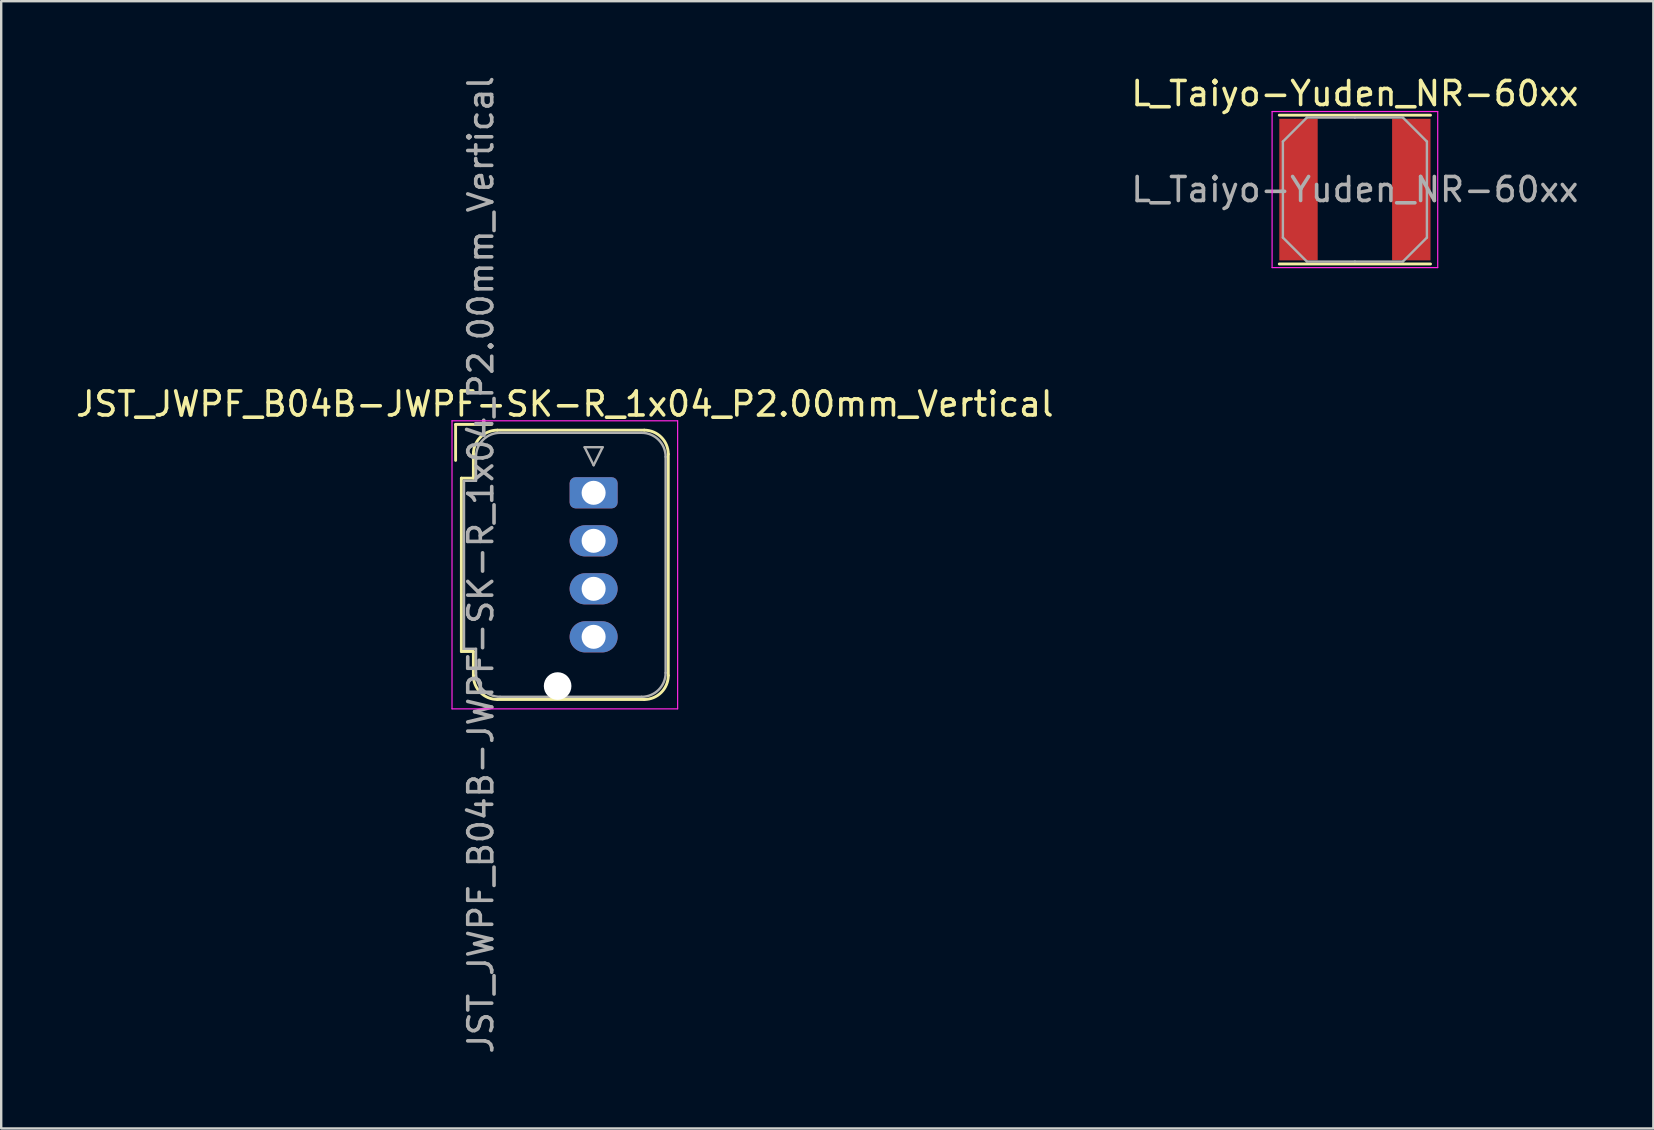
<source format=kicad_pcb>
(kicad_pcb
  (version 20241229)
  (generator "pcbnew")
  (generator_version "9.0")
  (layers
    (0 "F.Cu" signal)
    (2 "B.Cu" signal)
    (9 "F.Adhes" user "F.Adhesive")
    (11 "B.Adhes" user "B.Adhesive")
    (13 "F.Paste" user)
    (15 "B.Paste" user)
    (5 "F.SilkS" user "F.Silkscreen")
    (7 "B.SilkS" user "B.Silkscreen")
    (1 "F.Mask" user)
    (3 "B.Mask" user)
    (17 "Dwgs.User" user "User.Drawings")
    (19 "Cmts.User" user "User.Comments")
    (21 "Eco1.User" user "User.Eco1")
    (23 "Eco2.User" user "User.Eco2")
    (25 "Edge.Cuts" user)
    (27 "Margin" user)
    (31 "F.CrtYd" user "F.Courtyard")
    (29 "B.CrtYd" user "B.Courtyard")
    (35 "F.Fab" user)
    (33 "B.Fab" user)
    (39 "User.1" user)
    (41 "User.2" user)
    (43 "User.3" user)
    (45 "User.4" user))
  (footprint "JST_JWPF_B04B-JWPF-SK-R_1x04_P2.00mm_Vertical"
    (layer "F.Cu")
    (at 21.682 17.482)
    (property "Reference" "JST_JWPF_B04B-JWPF-SK-R_1x04_P2.00mm_Vertical" (at -1.2 -3.7 0) (layer "F.SilkS") (effects (font (size 1 1) (thickness 0.15))))
    (attr through_hole)
    (fp_line (start -5.75 -2.85) (end -4.25 -2.85) (stroke (width 0.12) (type solid)) (layer "F.SilkS"))
    (fp_line (start -5.75 -1.35) (end -5.75 -2.85) (stroke (width 0.12) (type solid)) (layer "F.SilkS"))
    (fp_line (start -5.51 -0.61) (end -5.51 6.61) (stroke (width 0.12) (type solid)) (layer "F.SilkS"))
    (fp_line (start -5.51 6.61) (end -5.01 6.61) (stroke (width 0.12) (type solid)) (layer "F.SilkS"))
    (fp_line (start -5.01 -1.61) (end -5.01 -0.61) (stroke (width 0.12) (type solid)) (layer "F.SilkS"))
    (fp_line (start -5.01 -0.61) (end -5.51 -0.61) (stroke (width 0.12) (type solid)) (layer "F.SilkS"))
    (fp_line (start -5.01 6.61) (end -5.01 7.61) (stroke (width 0.12) (type solid)) (layer "F.SilkS"))
    (fp_line (start -4.01 -2.61) (end 2.11 -2.61) (stroke (width 0.12) (type solid)) (layer "F.SilkS"))
    (fp_line (start -4.01 8.61) (end 2.11 8.61) (stroke (width 0.12) (type solid)) (layer "F.SilkS"))
    (fp_line (start 3.11 -1.61) (end 3.11 7.61) (stroke (width 0.12) (type solid)) (layer "F.SilkS"))
    (fp_arc (start -5.01 -1.61) (mid -4.717107 -2.317107) (end -4.01 -2.61) (stroke (width 0.12) (type solid)) (layer "F.SilkS"))
    (fp_arc (start -4.01 8.61) (mid -4.717107 8.317107) (end -5.01 7.61) (stroke (width 0.12) (type solid)) (layer "F.SilkS"))
    (fp_arc (start 2.11 -2.61) (mid 2.817107 -2.317107) (end 3.11 -1.61) (stroke (width 0.12) (type solid)) (layer "F.SilkS"))
    (fp_arc (start 3.11 7.61) (mid 2.817107 8.317107) (end 2.11 8.61) (stroke (width 0.12) (type solid)) (layer "F.SilkS"))
    (fp_line (start -5.9 -3) (end -5.9 9) (stroke (width 0.05) (type solid)) (layer "F.CrtYd"))
    (fp_line (start -5.9 9) (end 3.5 9) (stroke (width 0.05) (type solid)) (layer "F.CrtYd"))
    (fp_line (start 3.5 -3) (end -5.9 -3) (stroke (width 0.05) (type solid)) (layer "F.CrtYd"))
    (fp_line (start 3.5 9) (end 3.5 -3) (stroke (width 0.05) (type solid)) (layer "F.CrtYd"))
    (fp_line (start -5.4 -0.5) (end -5.4 6.5) (stroke (width 0.1) (type solid)) (layer "F.Fab"))
    (fp_line (start -5.4 6.5) (end -4.9 6.5) (stroke (width 0.1) (type solid)) (layer "F.Fab"))
    (fp_line (start -4.9 -1.5) (end -4.9 -0.5) (stroke (width 0.1) (type solid)) (layer "F.Fab"))
    (fp_line (start -4.9 -0.5) (end -5.4 -0.5) (stroke (width 0.1) (type solid)) (layer "F.Fab"))
    (fp_line (start -4.9 6.5) (end -4.9 7.5) (stroke (width 0.1) (type solid)) (layer "F.Fab"))
    (fp_line (start -3.9 -2.5) (end 2 -2.5) (stroke (width 0.1) (type solid)) (layer "F.Fab"))
    (fp_line (start -3.9 8.5) (end 2 8.5) (stroke (width 0.1) (type solid)) (layer "F.Fab"))
    (fp_line (start -0.375 -1.9) (end 0.375 -1.9) (stroke (width 0.1) (type solid)) (layer "F.Fab"))
    (fp_line (start 0 -1.15) (end -0.375 -1.9) (stroke (width 0.1) (type solid)) (layer "F.Fab"))
    (fp_line (start 0.375 -1.9) (end 0 -1.15) (stroke (width 0.1) (type solid)) (layer "F.Fab"))
    (fp_line (start 3 -1.5) (end 3 7.5) (stroke (width 0.1) (type solid)) (layer "F.Fab"))
    (fp_arc (start -4.9 -1.5) (mid -4.607107 -2.207107) (end -3.9 -2.5) (stroke (width 0.1) (type solid)) (layer "F.Fab"))
    (fp_arc (start -3.9 8.5) (mid -4.607107 8.207107) (end -4.9 7.5) (stroke (width 0.1) (type solid)) (layer "F.Fab"))
    (fp_arc (start 2 -2.5) (mid 2.707107 -2.207107) (end 3 -1.5) (stroke (width 0.1) (type solid)) (layer "F.Fab"))
    (fp_arc (start 3 7.5) (mid 2.707107 8.207107) (end 2 8.5) (stroke (width 0.1) (type solid)) (layer "F.Fab"))
    (fp_text user "${REFERENCE}" (at -4.7 3 90) (layer "F.Fab") (effects (font (size 1 1) (thickness 0.15))))
    (pad "" np_thru_hole circle (at -1.5 8.05) (size 1.15 1.15) (drill 1.15) (layers "*.Cu" "*.Mask"))
    (pad "1" thru_hole roundrect (at 0 0) (size 2 1.3) (drill 1) (layers "*.Cu" "*.Mask") (roundrect_rratio 0.192))
    (pad "2" thru_hole oval (at 0 2) (size 2 1.3) (drill 1) (layers "*.Cu" "*.Mask"))
    (pad "3" thru_hole oval (at 0 4) (size 2 1.3) (drill 1) (layers "*.Cu" "*.Mask"))
    (pad "4" thru_hole oval (at 0 6) (size 2 1.3) (drill 1) (layers "*.Cu" "*.Mask")))
  (footprint "L_Taiyo-Yuden_NR-60xx"
    (layer "F.Cu")
    (at 53.399 4.848)
    (property "Reference" "L_Taiyo-Yuden_NR-60xx" (at 0 -4 0) (layer "F.SilkS") (effects (font (size 1 1) (thickness 0.15))))
    (attr smd)
    (fp_line (start -3.15 -3.1) (end 3.15 -3.1) (stroke (width 0.12) (type solid)) (layer "F.SilkS"))
    (fp_line (start -3.15 3.1) (end 3.15 3.1) (stroke (width 0.12) (type solid)) (layer "F.SilkS"))
    (fp_line (start -3.45 -3.25) (end -3.45 3.25) (stroke (width 0.05) (type solid)) (layer "F.CrtYd"))
    (fp_line (start -3.45 3.25) (end 3.45 3.25) (stroke (width 0.05) (type solid)) (layer "F.CrtYd"))
    (fp_line (start 3.45 -3.25) (end -3.45 -3.25) (stroke (width 0.05) (type solid)) (layer "F.CrtYd"))
    (fp_line (start 3.45 3.25) (end 3.45 -3.25) (stroke (width 0.05) (type solid)) (layer "F.CrtYd"))
    (fp_line (start -3 -2) (end -2 -3) (stroke (width 0.1) (type solid)) (layer "F.Fab"))
    (fp_line (start -3 0) (end -3 -2) (stroke (width 0.1) (type solid)) (layer "F.Fab"))
    (fp_line (start -3 0) (end -3 2) (stroke (width 0.1) (type solid)) (layer "F.Fab"))
    (fp_line (start -3 2) (end -2 3) (stroke (width 0.1) (type solid)) (layer "F.Fab"))
    (fp_line (start -2 -3) (end 0 -3) (stroke (width 0.1) (type solid)) (layer "F.Fab"))
    (fp_line (start -2 3) (end 0 3) (stroke (width 0.1) (type solid)) (layer "F.Fab"))
    (fp_line (start 2 -3) (end 0 -3) (stroke (width 0.1) (type solid)) (layer "F.Fab"))
    (fp_line (start 2 3) (end 0 3) (stroke (width 0.1) (type solid)) (layer "F.Fab"))
    (fp_line (start 3 -2) (end 2 -3) (stroke (width 0.1) (type solid)) (layer "F.Fab"))
    (fp_line (start 3 0) (end 3 -2) (stroke (width 0.1) (type solid)) (layer "F.Fab"))
    (fp_line (start 3 0) (end 3 2) (stroke (width 0.1) (type solid)) (layer "F.Fab"))
    (fp_line (start 3 2) (end 2 3) (stroke (width 0.1) (type solid)) (layer "F.Fab"))
    (fp_text user "${REFERENCE}" (at 0 0 0) (layer "F.Fab") (effects (font (size 1 1) (thickness 0.15))))
    (pad "1" smd rect (at -2.35 0) (size 1.6 5.9) (layers "F.Cu" "F.Mask" "F.Paste"))
    (pad "2" smd rect (at 2.35 0) (size 1.6 5.9) (layers "F.Cu" "F.Mask" "F.Paste")))
  (gr_rect
    (start -3 -3)
    (end 65.833 43.964)
    (stroke (width 0.1) (type default))
    (fill no)
    (layer "Edge.Cuts")))
</source>
